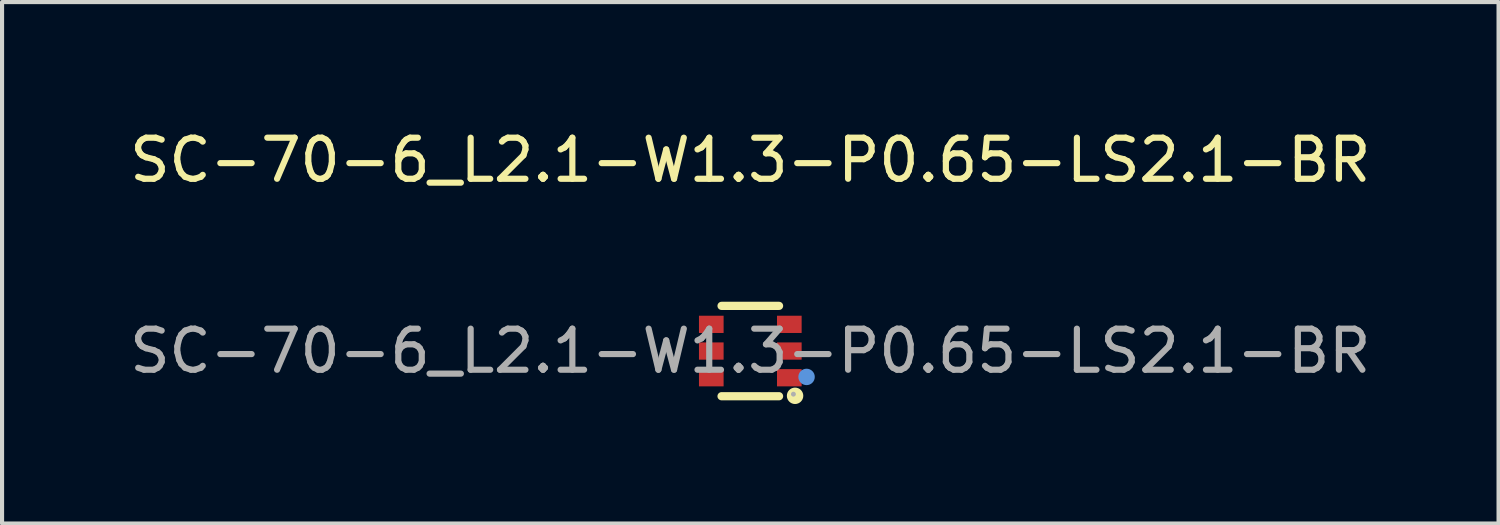
<source format=kicad_pcb>
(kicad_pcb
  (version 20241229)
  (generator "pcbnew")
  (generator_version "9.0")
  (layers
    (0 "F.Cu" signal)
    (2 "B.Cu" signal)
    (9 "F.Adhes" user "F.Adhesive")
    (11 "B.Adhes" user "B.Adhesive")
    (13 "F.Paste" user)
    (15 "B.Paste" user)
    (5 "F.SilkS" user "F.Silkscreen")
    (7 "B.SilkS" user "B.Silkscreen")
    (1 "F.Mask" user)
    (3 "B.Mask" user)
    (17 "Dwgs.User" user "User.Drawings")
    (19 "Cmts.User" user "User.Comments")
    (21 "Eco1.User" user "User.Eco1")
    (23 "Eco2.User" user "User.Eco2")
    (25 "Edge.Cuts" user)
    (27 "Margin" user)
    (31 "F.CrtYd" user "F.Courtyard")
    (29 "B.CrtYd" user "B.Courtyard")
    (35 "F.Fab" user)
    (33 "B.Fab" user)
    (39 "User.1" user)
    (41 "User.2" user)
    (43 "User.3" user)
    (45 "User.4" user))
  (footprint "SC-70-6_L2.1-W1.3-P0.65-LS2.1-BR"
    (layer "F.Cu")
    (at 15.22 5.498)
    (property "Reference" "SC-70-6_L2.1-W1.3-P0.65-LS2.1-BR" (at 0 -4.65 0) (layer "F.SilkS") (effects (font (size 1 1) (thickness 0.15))))
    (attr smd)
    (fp_line (start -0.7 -1.1) (end 0.7 -1.1) (stroke (width 0.2) (type solid)) (layer "F.SilkS"))
    (fp_line (start -0.7 1.1) (end 0.7 1.1) (stroke (width 0.2) (type solid)) (layer "F.SilkS"))
    (fp_arc (start 1.09 1.09) (mid 1.09 1.09) (end 1.09 1.09) (stroke (width 0.2) (type solid)) (layer "F.SilkS"))
    (fp_circle (center 1.37 0.63) (end 1.47 0.63) (stroke (width 0.2) (type solid)) (fill no) (layer "Cmts.User"))
    (fp_circle (center 1.05 1.05) (end 1.08 1.05) (stroke (width 0.06) (type solid)) (fill no) (layer "F.Fab"))
    (fp_text user "${REFERENCE}" (at 0 0 0) (layer "F.Fab") (effects (font (size 1 1) (thickness 0.15))))
    (pad "1" smd rect (at 0.95 0.65 90) (size 0.42 0.6) (layers "F.Cu" "F.Mask" "F.Paste"))
    (pad "2" smd rect (at 0.95 0 90) (size 0.42 0.6) (layers "F.Cu" "F.Mask" "F.Paste"))
    (pad "3" smd rect (at 0.95 -0.65 90) (size 0.42 0.6) (layers "F.Cu" "F.Mask" "F.Paste"))
    (pad "4" smd rect (at -0.95 -0.65 270) (size 0.42 0.6) (layers "F.Cu" "F.Mask" "F.Paste"))
    (pad "5" smd rect (at -0.95 0 270) (size 0.42 0.6) (layers "F.Cu" "F.Mask" "F.Paste"))
    (pad "6" smd rect (at -0.95 0.65 270) (size 0.42 0.6) (layers "F.Cu" "F.Mask" "F.Paste")))
  (gr_rect
    (start -3 -3)
    (end 33.44 9.698)
    (stroke (width 0.1) (type default))
    (fill no)
    (layer "Edge.Cuts")))
</source>
